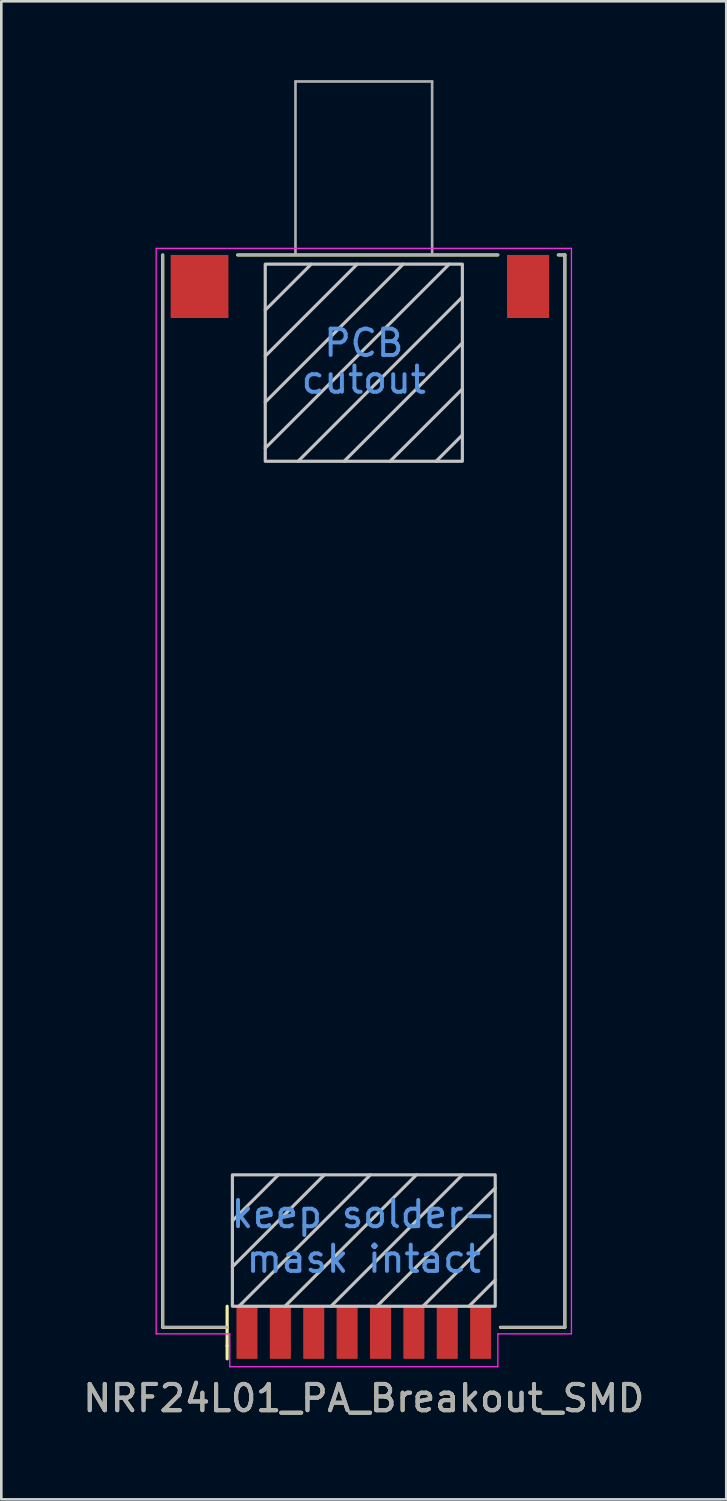
<source format=kicad_pcb>
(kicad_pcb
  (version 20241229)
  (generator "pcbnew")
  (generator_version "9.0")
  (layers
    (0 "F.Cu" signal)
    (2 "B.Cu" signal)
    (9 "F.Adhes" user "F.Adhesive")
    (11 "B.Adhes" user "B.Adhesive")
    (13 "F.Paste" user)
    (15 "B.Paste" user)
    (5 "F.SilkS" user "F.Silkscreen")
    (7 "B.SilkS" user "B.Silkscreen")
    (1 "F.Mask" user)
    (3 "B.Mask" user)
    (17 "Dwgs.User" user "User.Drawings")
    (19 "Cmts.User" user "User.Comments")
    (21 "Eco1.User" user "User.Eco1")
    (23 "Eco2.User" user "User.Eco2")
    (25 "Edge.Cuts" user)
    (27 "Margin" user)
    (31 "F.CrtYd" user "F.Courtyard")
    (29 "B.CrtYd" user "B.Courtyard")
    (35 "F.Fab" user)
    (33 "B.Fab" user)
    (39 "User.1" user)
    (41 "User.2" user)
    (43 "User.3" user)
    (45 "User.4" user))
  (footprint "NRF24L01_PA_Breakout_SMD"
    (layer "F.Cu")
    (at 10.792 47.65)
    (property "Reference" "NRF24L01_PA_Breakout_SMD" (at 0 2.5 0) (unlocked yes) (layer "F.SilkS") (effects (font (size 1 1) (thickness 0.15))))
    (fp_line (start -7.65 -0.2) (end -7.65 -41) (stroke (width 0.12) (type solid)) (layer "F.SilkS"))
    (fp_line (start -7.65 -0.2) (end -5.2 -0.2) (stroke (width 0.12) (type solid)) (layer "F.SilkS"))
    (fp_line (start -5.2 0.5) (end -5.2 -1) (stroke (width 0.12) (type solid)) (layer "F.SilkS"))
    (fp_line (start -5.2 0.5) (end -5.2 1) (stroke (width 0.12) (type solid)) (layer "F.SilkS"))
    (fp_line (start 5.1 -41) (end -4.8 -41) (stroke (width 0.12) (type solid)) (layer "F.SilkS"))
    (fp_line (start 7.4 -41) (end 7.65 -41) (stroke (width 0.12) (type solid)) (layer "F.SilkS"))
    (fp_line (start 7.65 -0.2) (end 5.2 -0.2) (stroke (width 0.12) (type solid)) (layer "F.SilkS"))
    (fp_line (start 7.65 -0.2) (end 7.65 -41) (stroke (width 0.12) (type solid)) (layer "F.SilkS"))
    (fp_line (start -5 -2.5) (end -1.5 -6) (stroke (width 0.12) (type solid)) (layer "Dwgs.User"))
    (fp_line (start -3.75 -33.65) (end 3.25 -40.65) (stroke (width 0.12) (type solid)) (layer "Dwgs.User"))
    (fp_line (start -3.25 -6) (end -5 -4.25) (stroke (width 0.12) (type solid)) (layer "Dwgs.User"))
    (fp_line (start -3 -1) (end 2 -6) (stroke (width 0.12) (type solid)) (layer "Dwgs.User"))
    (fp_line (start -2 -40.65) (end -3.75 -38.9) (stroke (width 0.12) (type solid)) (layer "Dwgs.User"))
    (fp_line (start -0.75 -33.15) (end 3.75 -37.65) (stroke (width 0.12) (type solid)) (layer "Dwgs.User"))
    (fp_line (start -0.25 -40.65) (end -3.75 -37.15) (stroke (width 0.12) (type solid)) (layer "Dwgs.User"))
    (fp_line (start 0.25 -6) (end -4.75 -1) (stroke (width 0.12) (type solid)) (layer "Dwgs.User"))
    (fp_line (start 0.5 -1) (end 5 -5.5) (stroke (width 0.12) (type solid)) (layer "Dwgs.User"))
    (fp_line (start 1.5 -40.65) (end -3.75 -35.4) (stroke (width 0.12) (type solid)) (layer "Dwgs.User"))
    (fp_line (start 2.75 -33.15) (end 3.75 -34.15) (stroke (width 0.12) (type solid)) (layer "Dwgs.User"))
    (fp_line (start 3.75 -39.4) (end -2.5 -33.15) (stroke (width 0.12) (type solid)) (layer "Dwgs.User"))
    (fp_line (start 3.75 -35.9) (end 1 -33.15) (stroke (width 0.12) (type solid)) (layer "Dwgs.User"))
    (fp_line (start 3.75 -6) (end -1.25 -1) (stroke (width 0.12) (type solid)) (layer "Dwgs.User"))
    (fp_line (start 4 -1) (end 5 -2) (stroke (width 0.12) (type solid)) (layer "Dwgs.User"))
    (fp_line (start 5 -3.75) (end 2.25 -1) (stroke (width 0.12) (type solid)) (layer "Dwgs.User"))
    (fp_rect (start -5 -1) (end 5 -6) (stroke (width 0.12) (type solid)) (fill no) (layer "Dwgs.User"))
    (fp_rect (start -3.75 -40.65) (end 3.75 -33.15) (stroke (width 0.12) (type solid)) (fill no) (layer "Dwgs.User"))
    (fp_line (start -7.9 -41.25) (end 7.9 -41.25) (stroke (width 0.05) (type solid)) (layer "F.CrtYd"))
    (fp_line (start -7.9 0.05) (end -7.9 -41.25) (stroke (width 0.05) (type solid)) (layer "F.CrtYd"))
    (fp_line (start -5.1 0.05) (end -7.9 0.05) (stroke (width 0.05) (type solid)) (layer "F.CrtYd"))
    (fp_line (start -5.1 1.3) (end -5.1 0.05) (stroke (width 0.05) (type solid)) (layer "F.CrtYd"))
    (fp_line (start 5.1 0.05) (end 5.1 1.3) (stroke (width 0.05) (type solid)) (layer "F.CrtYd"))
    (fp_line (start 5.1 1.3) (end -5.1 1.3) (stroke (width 0.05) (type solid)) (layer "F.CrtYd"))
    (fp_line (start 7.9 -41.25) (end 7.9 0.05) (stroke (width 0.05) (type solid)) (layer "F.CrtYd"))
    (fp_line (start 7.9 0.05) (end 5.1 0.05) (stroke (width 0.05) (type solid)) (layer "F.CrtYd"))
    (fp_line (start -7.65 -41) (end -7.65 -0.2) (stroke (width 0.1) (type solid)) (layer "F.Fab"))
    (fp_line (start -7.65 -0.2) (end -5.2 -0.2) (stroke (width 0.1) (type solid)) (layer "F.Fab"))
    (fp_line (start -4.8 -41) (end 5.1 -41) (stroke (width 0.1) (type solid)) (layer "F.Fab"))
    (fp_line (start -2.6 -47.6) (end 2.6 -47.6) (stroke (width 0.1) (type solid)) (layer "F.Fab"))
    (fp_line (start -2.6 -41) (end -2.6 -47.6) (stroke (width 0.1) (type solid)) (layer "F.Fab"))
    (fp_line (start 2.6 -47.6) (end 2.6 -41) (stroke (width 0.1) (type solid)) (layer "F.Fab"))
    (fp_line (start 7.4 -41) (end 7.65 -41) (stroke (width 0.1) (type solid)) (layer "F.Fab"))
    (fp_line (start 7.65 -0.2) (end 5.2 -0.2) (stroke (width 0.1) (type solid)) (layer "F.Fab"))
    (fp_line (start 7.65 -0.2) (end 7.65 -41) (stroke (width 0.1) (type solid)) (layer "F.Fab"))
    (fp_text user "PCB" (at 0 -37.65 0) (unlocked yes) (layer "Cmts.User") (effects (font (size 1 1) (thickness 0.15))))
    (fp_text user "mask intact" (at 0 -2.8 0) (unlocked yes) (layer "Cmts.User") (effects (font (size 1 1) (thickness 0.15))))
    (fp_text user "keep solder-" (at 0 -4.5 0) (unlocked yes) (layer "Cmts.User") (effects (font (size 1 1) (thickness 0.15))))
    (fp_text user "cutout" (at 0 -36.25 0) (unlocked yes) (layer "Cmts.User") (effects (font (size 1 1) (thickness 0.15))))
    (fp_text user "${REFERENCE}" (at 0 2.5 0) (unlocked yes) (layer "F.Fab") (effects (font (size 1 1) (thickness 0.15))))
    (pad "" smd rect (at -6.25 -39.8) (size 2.2 2.4) (layers "F.Cu" "F.Mask" "F.Paste"))
    (pad "" smd rect (at 6.25 -39.8) (size 1.6 2.4) (layers "F.Cu" "F.Mask" "F.Paste"))
    (pad "1" smd rect (at -4.445 0) (size 0.8 2) (layers "F.Cu" "F.Mask" "F.Paste"))
    (pad "2" smd rect (at -3.175 0) (size 0.8 2) (layers "F.Cu" "F.Mask" "F.Paste"))
    (pad "3" smd rect (at -1.905 0) (size 0.8 2) (layers "F.Cu" "F.Mask" "F.Paste"))
    (pad "4" smd rect (at -0.635 0) (size 0.8 2) (layers "F.Cu" "F.Mask" "F.Paste"))
    (pad "5" smd rect (at 0.635 0) (size 0.8 2) (layers "F.Cu" "F.Mask" "F.Paste"))
    (pad "6" smd rect (at 1.905 0) (size 0.8 2) (layers "F.Cu" "F.Mask" "F.Paste"))
    (pad "7" smd rect (at 3.175 0) (size 0.8 2) (layers "F.Cu" "F.Mask" "F.Paste"))
    (pad "8" smd rect (at 4.445 0) (size 0.8 2) (layers "F.Cu" "F.Mask" "F.Paste")))
  (gr_rect
    (start -3 -3)
    (end 24.583 53.998)
    (stroke (width 0.1) (type default))
    (fill no)
    (layer "Edge.Cuts")))
</source>
